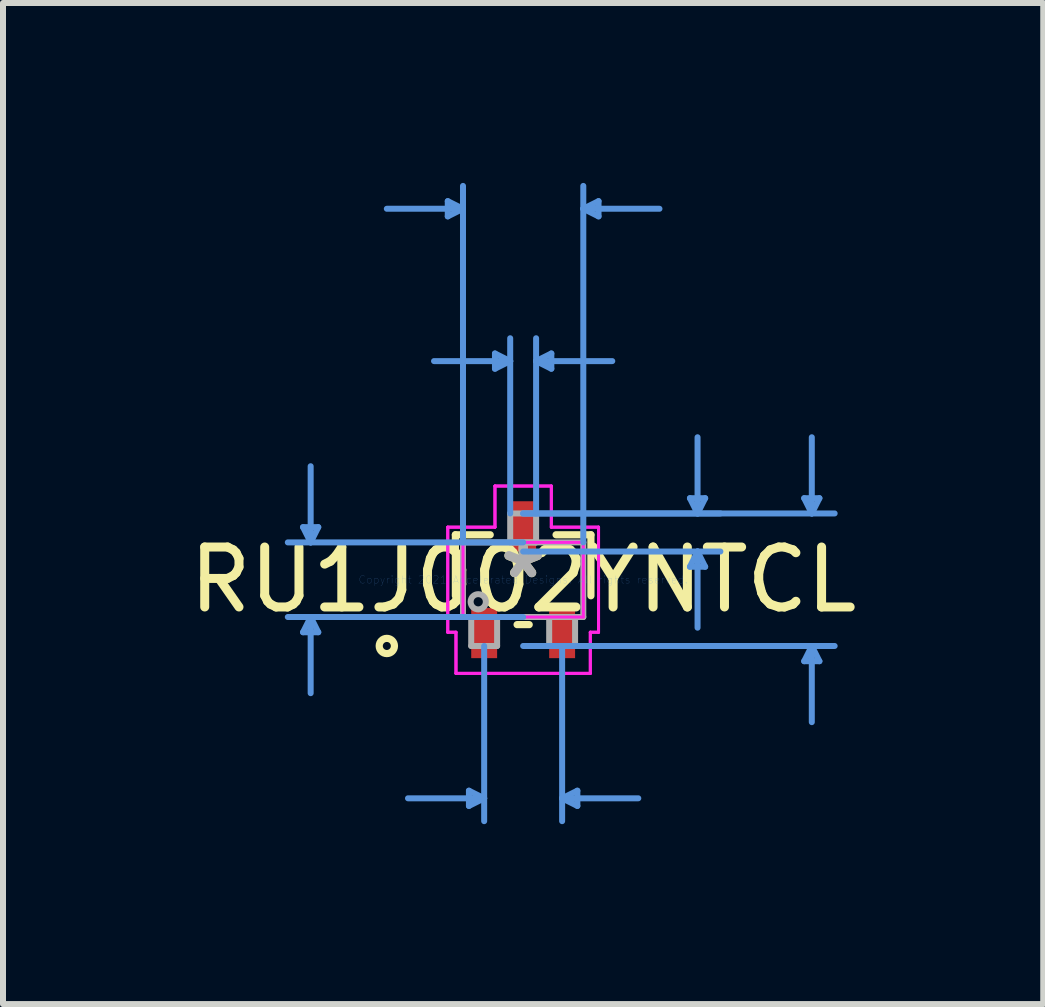
<source format=kicad_pcb>
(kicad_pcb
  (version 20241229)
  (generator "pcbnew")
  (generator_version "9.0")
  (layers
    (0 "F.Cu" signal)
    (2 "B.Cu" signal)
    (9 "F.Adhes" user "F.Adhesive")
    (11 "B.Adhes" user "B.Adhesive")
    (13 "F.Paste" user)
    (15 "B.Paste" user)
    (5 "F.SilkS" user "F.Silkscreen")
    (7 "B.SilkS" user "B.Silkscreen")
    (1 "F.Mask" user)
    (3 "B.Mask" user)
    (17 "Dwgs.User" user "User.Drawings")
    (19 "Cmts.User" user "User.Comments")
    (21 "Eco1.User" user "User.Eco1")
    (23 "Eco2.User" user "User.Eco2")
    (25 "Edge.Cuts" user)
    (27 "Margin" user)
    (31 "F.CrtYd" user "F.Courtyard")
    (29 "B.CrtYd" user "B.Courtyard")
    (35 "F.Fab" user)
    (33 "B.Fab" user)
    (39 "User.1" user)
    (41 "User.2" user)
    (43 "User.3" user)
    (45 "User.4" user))
  (footprint "RU1J002YNTCL"
    (layer "F.Cu")
    (at 5.673 6.616)
    (property "Reference" "RU1J002YNTCL" (at 0 0 0) (layer "F.SilkS") (effects (font (size 1 1) (thickness 0.15))))
    (attr through_hole)
    (fp_line (start -1.13 -0.749) (end -1.13 0.268) (stroke (width 0.12) (type solid)) (layer "F.SilkS"))
    (fp_line (start -0.549 -0.749) (end -1.13 -0.749) (stroke (width 0.12) (type solid)) (layer "F.SilkS"))
    (fp_line (start -0.101 0.749) (end 0.101 0.749) (stroke (width 0.12) (type solid)) (layer "F.SilkS"))
    (fp_line (start 1.13 -0.749) (end 0.549 -0.749) (stroke (width 0.12) (type solid)) (layer "F.SilkS"))
    (fp_line (start 1.13 0.268) (end 1.13 -0.749) (stroke (width 0.12) (type solid)) (layer "F.SilkS"))
    (fp_circle (center -2.273 1.105) (end -2.146 1.105) (stroke (width 0.12) (type solid)) (fill no) (layer "F.SilkS"))
    (fp_line (start -3.67 -0.876) (end -3.416 -0.876) (stroke (width 0.1) (type solid)) (layer "Cmts.User"))
    (fp_line (start -3.67 0.876) (end -3.416 0.876) (stroke (width 0.1) (type solid)) (layer "Cmts.User"))
    (fp_line (start -3.543 -0.622) (end -3.67 -0.876) (stroke (width 0.1) (type solid)) (layer "Cmts.User"))
    (fp_line (start -3.543 -0.622) (end -3.543 -1.892) (stroke (width 0.1) (type solid)) (layer "Cmts.User"))
    (fp_line (start -3.543 -0.622) (end -3.416 -0.876) (stroke (width 0.1) (type solid)) (layer "Cmts.User"))
    (fp_line (start -3.543 0.622) (end -3.67 0.876) (stroke (width 0.1) (type solid)) (layer "Cmts.User"))
    (fp_line (start -3.543 0.622) (end -3.543 1.892) (stroke (width 0.1) (type solid)) (layer "Cmts.User"))
    (fp_line (start -3.543 0.622) (end -3.416 0.876) (stroke (width 0.1) (type solid)) (layer "Cmts.User"))
    (fp_line (start -1.257 -6.312) (end -1.257 -6.058) (stroke (width 0.1) (type solid)) (layer "Cmts.User"))
    (fp_line (start -1.003 -6.185) (end -2.273 -6.185) (stroke (width 0.1) (type solid)) (layer "Cmts.User"))
    (fp_line (start -1.003 -6.185) (end -1.257 -6.312) (stroke (width 0.1) (type solid)) (layer "Cmts.User"))
    (fp_line (start -1.003 -6.185) (end -1.257 -6.058) (stroke (width 0.1) (type solid)) (layer "Cmts.User"))
    (fp_line (start -1.003 -0.622) (end -1.003 -6.566) (stroke (width 0.1) (type solid)) (layer "Cmts.User"))
    (fp_line (start -0.904 3.518) (end -0.904 3.772) (stroke (width 0.1) (type solid)) (layer "Cmts.User"))
    (fp_line (start -0.65 1.105) (end -0.65 4.026) (stroke (width 0.1) (type solid)) (layer "Cmts.User"))
    (fp_line (start -0.65 3.645) (end -1.92 3.645) (stroke (width 0.1) (type solid)) (layer "Cmts.User"))
    (fp_line (start -0.65 3.645) (end -0.904 3.518) (stroke (width 0.1) (type solid)) (layer "Cmts.User"))
    (fp_line (start -0.65 3.645) (end -0.904 3.772) (stroke (width 0.1) (type solid)) (layer "Cmts.User"))
    (fp_line (start -0.47 -3.772) (end -0.47 -3.518) (stroke (width 0.1) (type solid)) (layer "Cmts.User"))
    (fp_line (start -0.216 -3.645) (end -1.486 -3.645) (stroke (width 0.1) (type solid)) (layer "Cmts.User"))
    (fp_line (start -0.216 -3.645) (end -0.47 -3.772) (stroke (width 0.1) (type solid)) (layer "Cmts.User"))
    (fp_line (start -0.216 -3.645) (end -0.47 -3.518) (stroke (width 0.1) (type solid)) (layer "Cmts.User"))
    (fp_line (start -0.216 -1.105) (end -0.216 -4.026) (stroke (width 0.1) (type solid)) (layer "Cmts.User"))
    (fp_line (start 0 -1.105) (end 3.289 -1.105) (stroke (width 0.1) (type solid)) (layer "Cmts.User"))
    (fp_line (start 0 -1.105) (end 5.194 -1.105) (stroke (width 0.1) (type solid)) (layer "Cmts.User"))
    (fp_line (start 0 -0.622) (end -3.924 -0.622) (stroke (width 0.1) (type solid)) (layer "Cmts.User"))
    (fp_line (start 0 -0.47) (end 3.289 -0.47) (stroke (width 0.1) (type solid)) (layer "Cmts.User"))
    (fp_line (start 0 0.622) (end -3.924 0.622) (stroke (width 0.1) (type solid)) (layer "Cmts.User"))
    (fp_line (start 0 1.105) (end 5.194 1.105) (stroke (width 0.1) (type solid)) (layer "Cmts.User"))
    (fp_line (start 0.216 -3.645) (end 0.47 -3.772) (stroke (width 0.1) (type solid)) (layer "Cmts.User"))
    (fp_line (start 0.216 -3.645) (end 0.47 -3.518) (stroke (width 0.1) (type solid)) (layer "Cmts.User"))
    (fp_line (start 0.216 -3.645) (end 1.486 -3.645) (stroke (width 0.1) (type solid)) (layer "Cmts.User"))
    (fp_line (start 0.216 -1.105) (end 0.216 -4.026) (stroke (width 0.1) (type solid)) (layer "Cmts.User"))
    (fp_line (start 0.47 -3.772) (end 0.47 -3.518) (stroke (width 0.1) (type solid)) (layer "Cmts.User"))
    (fp_line (start 0.65 1.105) (end 0.65 4.026) (stroke (width 0.1) (type solid)) (layer "Cmts.User"))
    (fp_line (start 0.65 3.645) (end 0.904 3.518) (stroke (width 0.1) (type solid)) (layer "Cmts.User"))
    (fp_line (start 0.65 3.645) (end 0.904 3.772) (stroke (width 0.1) (type solid)) (layer "Cmts.User"))
    (fp_line (start 0.65 3.645) (end 1.92 3.645) (stroke (width 0.1) (type solid)) (layer "Cmts.User"))
    (fp_line (start 0.904 3.518) (end 0.904 3.772) (stroke (width 0.1) (type solid)) (layer "Cmts.User"))
    (fp_line (start 1.003 -6.185) (end 1.257 -6.312) (stroke (width 0.1) (type solid)) (layer "Cmts.User"))
    (fp_line (start 1.003 -6.185) (end 1.257 -6.058) (stroke (width 0.1) (type solid)) (layer "Cmts.User"))
    (fp_line (start 1.003 -6.185) (end 2.273 -6.185) (stroke (width 0.1) (type solid)) (layer "Cmts.User"))
    (fp_line (start 1.003 -0.622) (end 1.003 -6.566) (stroke (width 0.1) (type solid)) (layer "Cmts.User"))
    (fp_line (start 1.257 -6.312) (end 1.257 -6.058) (stroke (width 0.1) (type solid)) (layer "Cmts.User"))
    (fp_line (start 2.781 -1.359) (end 3.035 -1.359) (stroke (width 0.1) (type solid)) (layer "Cmts.User"))
    (fp_line (start 2.781 -0.216) (end 3.035 -0.216) (stroke (width 0.1) (type solid)) (layer "Cmts.User"))
    (fp_line (start 2.908 -1.105) (end 2.781 -1.359) (stroke (width 0.1) (type solid)) (layer "Cmts.User"))
    (fp_line (start 2.908 -1.105) (end 2.908 -2.375) (stroke (width 0.1) (type solid)) (layer "Cmts.User"))
    (fp_line (start 2.908 -1.105) (end 3.035 -1.359) (stroke (width 0.1) (type solid)) (layer "Cmts.User"))
    (fp_line (start 2.908 -0.47) (end 2.781 -0.216) (stroke (width 0.1) (type solid)) (layer "Cmts.User"))
    (fp_line (start 2.908 -0.47) (end 2.908 0.8) (stroke (width 0.1) (type solid)) (layer "Cmts.User"))
    (fp_line (start 2.908 -0.47) (end 3.035 -0.216) (stroke (width 0.1) (type solid)) (layer "Cmts.User"))
    (fp_line (start 4.686 -1.359) (end 4.94 -1.359) (stroke (width 0.1) (type solid)) (layer "Cmts.User"))
    (fp_line (start 4.686 1.359) (end 4.94 1.359) (stroke (width 0.1) (type solid)) (layer "Cmts.User"))
    (fp_line (start 4.813 -1.105) (end 4.686 -1.359) (stroke (width 0.1) (type solid)) (layer "Cmts.User"))
    (fp_line (start 4.813 -1.105) (end 4.813 -2.375) (stroke (width 0.1) (type solid)) (layer "Cmts.User"))
    (fp_line (start 4.813 -1.105) (end 4.94 -1.359) (stroke (width 0.1) (type solid)) (layer "Cmts.User"))
    (fp_line (start 4.813 1.105) (end 4.686 1.359) (stroke (width 0.1) (type solid)) (layer "Cmts.User"))
    (fp_line (start 4.813 1.105) (end 4.813 2.375) (stroke (width 0.1) (type solid)) (layer "Cmts.User"))
    (fp_line (start 4.813 1.105) (end 4.94 1.359) (stroke (width 0.1) (type solid)) (layer "Cmts.User"))
    (fp_line (start -1.257 -0.876) (end -0.47 -0.876) (stroke (width 0.05) (type solid)) (layer "F.CrtYd"))
    (fp_line (start -1.257 -0.876) (end -0.47 -0.876) (stroke (width 0.05) (type solid)) (layer "F.CrtYd"))
    (fp_line (start -1.257 0.876) (end -1.257 -0.876) (stroke (width 0.05) (type solid)) (layer "F.CrtYd"))
    (fp_line (start -1.257 0.876) (end -1.257 -0.876) (stroke (width 0.05) (type solid)) (layer "F.CrtYd"))
    (fp_line (start -1.257 0.876) (end -1.12 0.876) (stroke (width 0.05) (type solid)) (layer "F.CrtYd"))
    (fp_line (start -1.12 0.876) (end -1.257 0.876) (stroke (width 0.05) (type solid)) (layer "F.CrtYd"))
    (fp_line (start -1.12 0.876) (end -1.12 1.562) (stroke (width 0.05) (type solid)) (layer "F.CrtYd"))
    (fp_line (start -1.12 1.562) (end -1.12 0.876) (stroke (width 0.05) (type solid)) (layer "F.CrtYd"))
    (fp_line (start -1.12 1.562) (end 1.12 1.562) (stroke (width 0.05) (type solid)) (layer "F.CrtYd"))
    (fp_line (start -1.003 -0.622) (end 1.003 -0.622) (stroke (width 0.05) (type solid)) (layer "F.CrtYd"))
    (fp_line (start -1.003 0.622) (end -1.003 -0.622) (stroke (width 0.05) (type solid)) (layer "F.CrtYd"))
    (fp_line (start -0.47 -1.562) (end 0.47 -1.562) (stroke (width 0.05) (type solid)) (layer "F.CrtYd"))
    (fp_line (start -0.47 -1.562) (end 0.47 -1.562) (stroke (width 0.05) (type solid)) (layer "F.CrtYd"))
    (fp_line (start -0.47 -0.876) (end -0.47 -1.562) (stroke (width 0.05) (type solid)) (layer "F.CrtYd"))
    (fp_line (start -0.47 -0.876) (end -0.47 -1.562) (stroke (width 0.05) (type solid)) (layer "F.CrtYd"))
    (fp_line (start 0.47 -1.562) (end 0.47 -0.876) (stroke (width 0.05) (type solid)) (layer "F.CrtYd"))
    (fp_line (start 0.47 -0.876) (end 0.47 -1.562) (stroke (width 0.05) (type solid)) (layer "F.CrtYd"))
    (fp_line (start 0.47 -0.876) (end 1.257 -0.876) (stroke (width 0.05) (type solid)) (layer "F.CrtYd"))
    (fp_line (start 1.003 -0.622) (end 1.003 0.622) (stroke (width 0.05) (type solid)) (layer "F.CrtYd"))
    (fp_line (start 1.003 0.622) (end -1.003 0.622) (stroke (width 0.05) (type solid)) (layer "F.CrtYd"))
    (fp_line (start 1.12 0.876) (end 1.12 1.562) (stroke (width 0.05) (type solid)) (layer "F.CrtYd"))
    (fp_line (start 1.12 0.876) (end 1.12 1.562) (stroke (width 0.05) (type solid)) (layer "F.CrtYd"))
    (fp_line (start 1.12 1.562) (end -1.12 1.562) (stroke (width 0.05) (type solid)) (layer "F.CrtYd"))
    (fp_line (start 1.257 -0.876) (end 0.47 -0.876) (stroke (width 0.05) (type solid)) (layer "F.CrtYd"))
    (fp_line (start 1.257 -0.876) (end 1.257 0.876) (stroke (width 0.05) (type solid)) (layer "F.CrtYd"))
    (fp_line (start 1.257 -0.876) (end 1.257 0.876) (stroke (width 0.05) (type solid)) (layer "F.CrtYd"))
    (fp_line (start 1.257 0.876) (end 1.12 0.876) (stroke (width 0.05) (type solid)) (layer "F.CrtYd"))
    (fp_line (start 1.257 0.876) (end 1.12 0.876) (stroke (width 0.05) (type solid)) (layer "F.CrtYd"))
    (fp_line (start -1.003 -0.622) (end -1.003 0.622) (stroke (width 0.1) (type solid)) (layer "F.Fab"))
    (fp_line (start -1.003 0.622) (end 1.003 0.622) (stroke (width 0.1) (type solid)) (layer "F.Fab"))
    (fp_line (start -0.866 0.622) (end -0.866 1.105) (stroke (width 0.1) (type solid)) (layer "F.Fab"))
    (fp_line (start -0.866 1.105) (end -0.434 1.105) (stroke (width 0.1) (type solid)) (layer "F.Fab"))
    (fp_line (start -0.434 0.622) (end -0.866 0.622) (stroke (width 0.1) (type solid)) (layer "F.Fab"))
    (fp_line (start -0.434 1.105) (end -0.434 0.622) (stroke (width 0.1) (type solid)) (layer "F.Fab"))
    (fp_line (start -0.216 -1.105) (end -0.216 -0.622) (stroke (width 0.1) (type solid)) (layer "F.Fab"))
    (fp_line (start -0.216 -0.622) (end 0.216 -0.622) (stroke (width 0.1) (type solid)) (layer "F.Fab"))
    (fp_line (start 0.216 -1.105) (end -0.216 -1.105) (stroke (width 0.1) (type solid)) (layer "F.Fab"))
    (fp_line (start 0.216 -0.622) (end 0.216 -1.105) (stroke (width 0.1) (type solid)) (layer "F.Fab"))
    (fp_line (start 0.434 0.622) (end 0.434 1.105) (stroke (width 0.1) (type solid)) (layer "F.Fab"))
    (fp_line (start 0.434 1.105) (end 0.866 1.105) (stroke (width 0.1) (type solid)) (layer "F.Fab"))
    (fp_line (start 0.866 0.622) (end 0.434 0.622) (stroke (width 0.1) (type solid)) (layer "F.Fab"))
    (fp_line (start 0.866 1.105) (end 0.866 0.622) (stroke (width 0.1) (type solid)) (layer "F.Fab"))
    (fp_line (start 1.003 -0.622) (end -1.003 -0.622) (stroke (width 0.1) (type solid)) (layer "F.Fab"))
    (fp_line (start 1.003 0.622) (end 1.003 -0.622) (stroke (width 0.1) (type solid)) (layer "F.Fab"))
    (fp_circle (center -0.749 0.368) (end -0.622 0.368) (stroke (width 0.1) (type solid)) (fill no) (layer "F.Fab"))
    (fp_text user "*" (at 0 0 0) (layer "F.SilkS") (effects (font (size 1 1) (thickness 0.15))))
    (fp_text user "Copyright 2021 Accelerated Designs. All rights reserved." (at 0 0 0) (layer "Cmts.User") (effects (font (size 0.127 0.127) (thickness 0.002))))
    (fp_text user "*" (at 0 0 0) (layer "F.Fab") (effects (font (size 1 1) (thickness 0.15))))
    (pad "1" smd rect (at -0.65 0.889) (size 0.432 0.838) (layers "F.Cu" "F.Mask" "F.Paste"))
    (pad "2" smd rect (at 0.65 0.889) (size 0.432 0.838) (layers "F.Cu" "F.Mask" "F.Paste"))
    (pad "3" smd rect (at 0 -0.889) (size 0.432 0.838) (layers "F.Cu" "F.Mask" "F.Paste")))
  (gr_rect
    (start -3 -3)
    (end 14.345 13.692)
    (stroke (width 0.1) (type default))
    (fill no)
    (layer "Edge.Cuts")))
</source>
